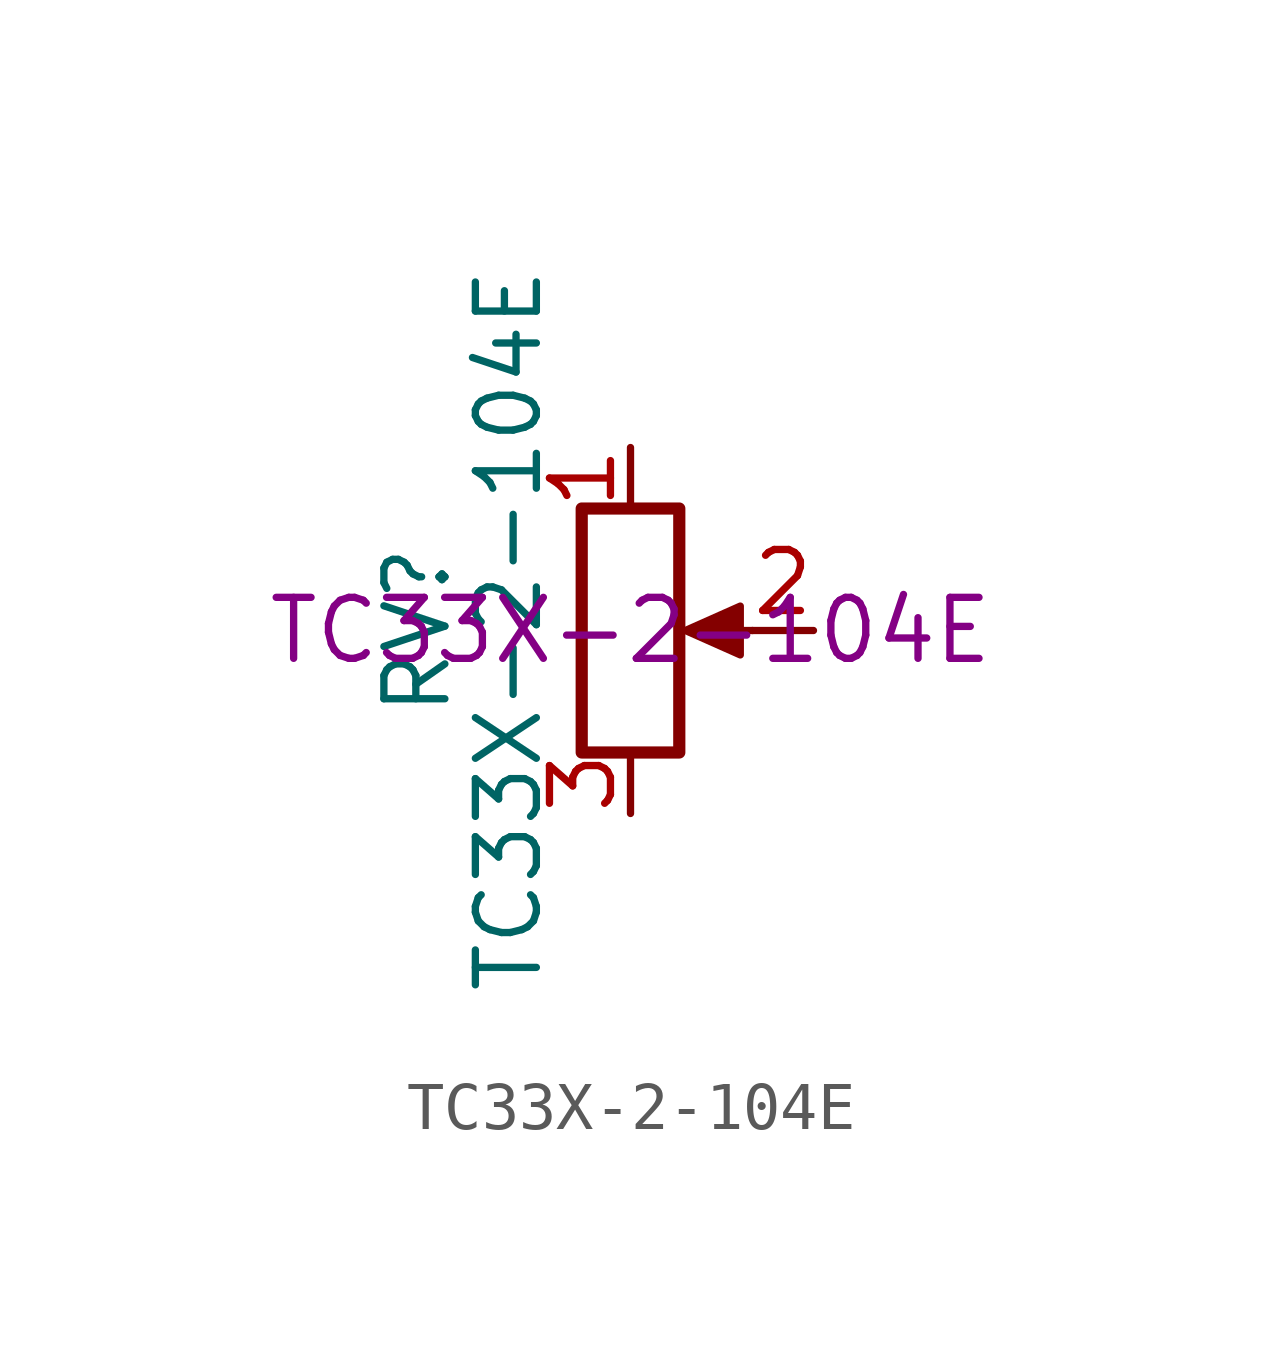
<source format=kicad_sym>
(kicad_symbol_lib
  (version 20211014)
  (generator kicad_symbol_editor)
  (symbol "TC33X-2-104E"
    (pin_names
      (offset 1.016) hide)
    (property "Reference" "RV"
      (at -4.445 0 90)
      (effects (font (size 1.27 1.27))))
    (property "Value" "TC33X-2-104E"
      (at -2.54 0 90)
      (effects (font (size 1.27 1.27))))
    (property "MPN" "TC33X-2-104E"
      (at 0 0 0)
      (effects (font (size 1.27 1.27))))
    (symbol "TC33X-2-104E_0_1"
      (polyline (pts (xy 2.54 0) (xy 1.524 0)) (stroke (width 0) (type default) (color 0 0 0 0)) (fill (type none)))
      (polyline (pts (xy 1.143 0) (xy 2.286 0.508) (xy 2.286 -0.508) (xy 1.143 0)) (stroke (width 0) (type default) (color 0 0 0 0)) (fill (type outline)))
      (rectangle (start 1.016 2.54) (end -1.016 -2.54) (stroke (width 0.254) (type default) (color 0 0 0 0)) (fill (type none))))
    (symbol "TC33X-2-104E_1_1"
      (pin passive line (at 0 3.81 270) (length 1.27) (name "1" (effects (font (size 1.27 1.27)))) (number "1" (effects (font (size 1.27 1.27)))))
      (pin passive line (at 3.81 0 180) (length 1.27) (name "2" (effects (font (size 1.27 1.27)))) (number "2" (effects (font (size 1.27 1.27)))))
      (pin passive line (at 0 -3.81 90) (length 1.27) (name "3" (effects (font (size 1.27 1.27)))) (number "3" (effects (font (size 1.27 1.27))))))))
</source>
